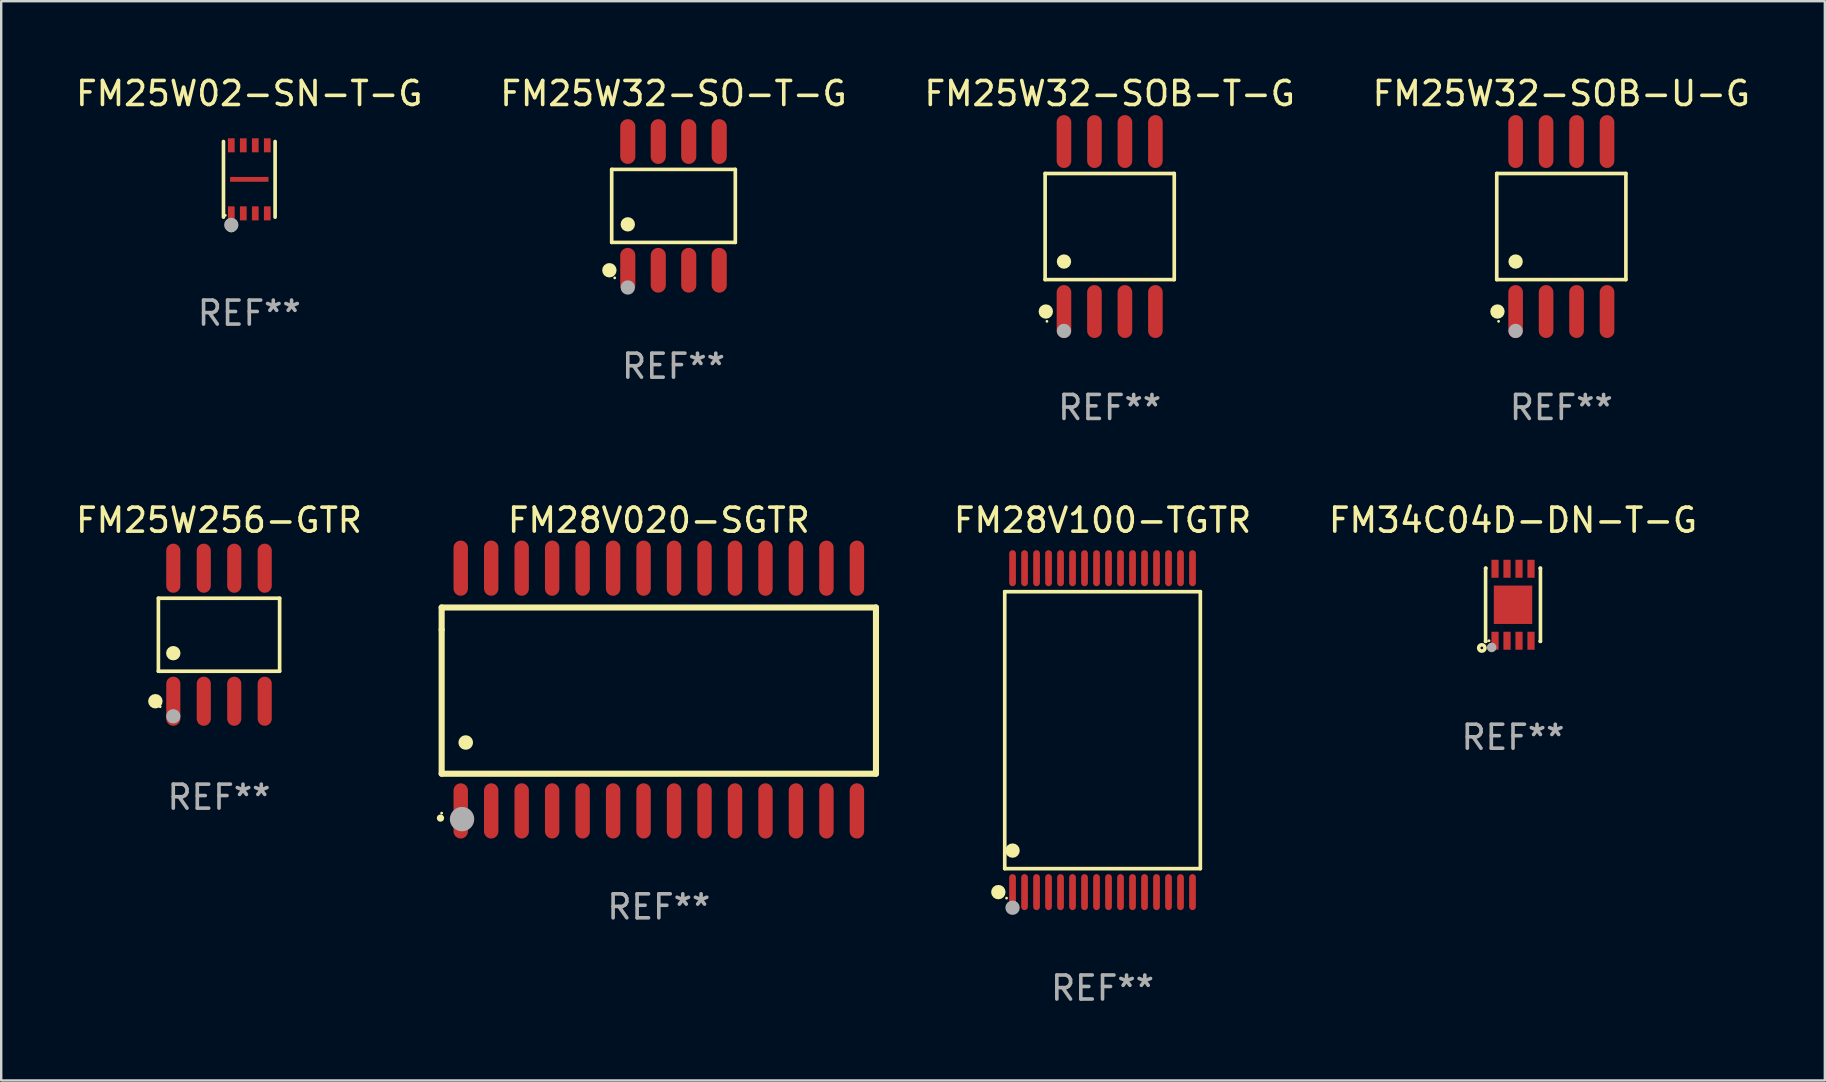
<source format=kicad_pcb>
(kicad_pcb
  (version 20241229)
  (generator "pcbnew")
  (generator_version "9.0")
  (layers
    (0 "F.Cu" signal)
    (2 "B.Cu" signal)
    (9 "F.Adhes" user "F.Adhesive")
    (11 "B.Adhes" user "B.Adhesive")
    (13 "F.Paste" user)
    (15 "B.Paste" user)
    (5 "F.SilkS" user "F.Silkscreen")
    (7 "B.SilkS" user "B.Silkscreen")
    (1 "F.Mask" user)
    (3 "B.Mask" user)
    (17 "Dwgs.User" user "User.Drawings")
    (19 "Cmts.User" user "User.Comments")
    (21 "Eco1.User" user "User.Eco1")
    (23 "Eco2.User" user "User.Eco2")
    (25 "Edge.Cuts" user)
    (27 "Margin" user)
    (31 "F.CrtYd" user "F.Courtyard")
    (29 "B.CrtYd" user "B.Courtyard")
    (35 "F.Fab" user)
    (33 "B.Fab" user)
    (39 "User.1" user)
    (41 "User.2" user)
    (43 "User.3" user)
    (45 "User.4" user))
  (footprint "FM28V020-SGTR"
    (layer "F.Cu")
    (at 24.406 25.687)
    (property "Reference" "FM28V020-SGTR" (at 0 -7.058 0) (layer "F.SilkS") (effects (font (size 1 1) (thickness 0.15))))
    (attr through_hole)
    (fp_line (start -9.05 -3.42) (end 9.05 -3.42) (stroke (width 0.254) (type solid)) (layer "F.SilkS"))
    (fp_line (start -9.05 -2.492) (end -9.05 -3.42) (stroke (width 0.254) (type solid)) (layer "F.SilkS"))
    (fp_line (start -9.05 3.508) (end -9.05 -2.492) (stroke (width 0.254) (type solid)) (layer "F.SilkS"))
    (fp_line (start 9.05 -3.42) (end 9.05 3.508) (stroke (width 0.254) (type solid)) (layer "F.SilkS"))
    (fp_line (start 9.05 3.508) (end -9.05 3.508) (stroke (width 0.254) (type solid)) (layer "F.SilkS"))
    (fp_arc (start -9.100838 5.35649) (mid -9.099568 5.356485) (end -9.098298 5.35649) (stroke (width 0.3) (type solid)) (layer "F.SilkS"))
    (fp_arc (start -8.049276 2.206883) (mid -8.046736 2.206872) (end -8.044196 2.206883) (stroke (width 0.6) (type solid)) (layer "F.SilkS"))
    (fp_circle (center -9.05 5.15) (end -9.02 5.15) (stroke (width 0.06) (type solid)) (fill no) (layer "F.SilkS"))
    (fp_circle (center -8.2 5.4) (end -7.946 5.4) (stroke (width 0.508) (type solid)) (fill no) (layer "F.Fab"))
    (fp_text user "REF**" (at 0 9.058 0) (layer "F.Fab") (effects (font (size 1 1) (thickness 0.15))))
    (pad "1" smd oval (at -8.255 5.058 180) (size 0.6 2.3) (layers "F.Cu" "F.Mask" "F.Paste"))
    (pad "2" smd oval (at -6.985 5.058 180) (size 0.6 2.3) (layers "F.Cu" "F.Mask" "F.Paste"))
    (pad "3" smd oval (at -5.715 5.058 180) (size 0.6 2.3) (layers "F.Cu" "F.Mask" "F.Paste"))
    (pad "4" smd oval (at -4.445 5.058 180) (size 0.6 2.3) (layers "F.Cu" "F.Mask" "F.Paste"))
    (pad "5" smd oval (at -3.175 5.058 180) (size 0.6 2.3) (layers "F.Cu" "F.Mask" "F.Paste"))
    (pad "6" smd oval (at -1.905 5.058 180) (size 0.6 2.3) (layers "F.Cu" "F.Mask" "F.Paste"))
    (pad "7" smd oval (at -0.635 5.058 180) (size 0.6 2.3) (layers "F.Cu" "F.Mask" "F.Paste"))
    (pad "8" smd oval (at 0.635 5.058 180) (size 0.6 2.3) (layers "F.Cu" "F.Mask" "F.Paste"))
    (pad "9" smd oval (at 1.905 5.058 180) (size 0.6 2.3) (layers "F.Cu" "F.Mask" "F.Paste"))
    (pad "10" smd oval (at 3.175 5.058 180) (size 0.6 2.3) (layers "F.Cu" "F.Mask" "F.Paste"))
    (pad "11" smd oval (at 4.445 5.058 180) (size 0.6 2.3) (layers "F.Cu" "F.Mask" "F.Paste"))
    (pad "12" smd oval (at 5.715 5.058 180) (size 0.6 2.3) (layers "F.Cu" "F.Mask" "F.Paste"))
    (pad "13" smd oval (at 6.985 5.058 180) (size 0.6 2.3) (layers "F.Cu" "F.Mask" "F.Paste"))
    (pad "14" smd oval (at 8.255 5.058 180) (size 0.6 2.3) (layers "F.Cu" "F.Mask" "F.Paste"))
    (pad "15" smd oval (at 8.255 -5.058 180) (size 0.6 2.3) (layers "F.Cu" "F.Mask" "F.Paste"))
    (pad "16" smd oval (at 6.985 -5.058 180) (size 0.6 2.3) (layers "F.Cu" "F.Mask" "F.Paste"))
    (pad "17" smd oval (at 5.715 -5.058 180) (size 0.6 2.3) (layers "F.Cu" "F.Mask" "F.Paste"))
    (pad "18" smd oval (at 4.445 -5.058 180) (size 0.6 2.3) (layers "F.Cu" "F.Mask" "F.Paste"))
    (pad "19" smd oval (at 3.175 -5.058 180) (size 0.6 2.3) (layers "F.Cu" "F.Mask" "F.Paste"))
    (pad "20" smd oval (at 1.905 -5.058 180) (size 0.6 2.3) (layers "F.Cu" "F.Mask" "F.Paste"))
    (pad "21" smd oval (at 0.635 -5.058 180) (size 0.6 2.3) (layers "F.Cu" "F.Mask" "F.Paste"))
    (pad "22" smd oval (at -0.635 -5.058 180) (size 0.6 2.3) (layers "F.Cu" "F.Mask" "F.Paste"))
    (pad "23" smd oval (at -1.905 -5.058 180) (size 0.6 2.3) (layers "F.Cu" "F.Mask" "F.Paste"))
    (pad "24" smd oval (at -3.175 -5.058 180) (size 0.6 2.3) (layers "F.Cu" "F.Mask" "F.Paste"))
    (pad "25" smd oval (at -4.445 -5.058 180) (size 0.6 2.3) (layers "F.Cu" "F.Mask" "F.Paste"))
    (pad "26" smd oval (at -5.715 -5.058 180) (size 0.6 2.3) (layers "F.Cu" "F.Mask" "F.Paste"))
    (pad "27" smd oval (at -6.985 -5.058 180) (size 0.6 2.3) (layers "F.Cu" "F.Mask" "F.Paste"))
    (pad "28" smd oval (at -8.255 -5.058 180) (size 0.6 2.3) (layers "F.Cu" "F.Mask" "F.Paste")))
  (footprint "FM25W32-SOB-U-G"
    (layer "F.Cu")
    (at 62.018 6.391)
    (property "Reference" "FM25W32-SOB-U-G" (at 0 -5.542 0) (layer "F.SilkS") (effects (font (size 1 1) (thickness 0.15))))
    (attr through_hole)
    (fp_line (start -2.691 -2.211) (end 2.691 -2.211) (stroke (width 0.152) (type solid)) (layer "F.SilkS"))
    (fp_line (start -2.691 2.211) (end -2.691 -2.211) (stroke (width 0.152) (type solid)) (layer "F.SilkS"))
    (fp_line (start 2.691 -2.211) (end 2.691 2.211) (stroke (width 0.152) (type solid)) (layer "F.SilkS"))
    (fp_line (start 2.691 2.211) (end -2.691 2.211) (stroke (width 0.152) (type solid)) (layer "F.SilkS"))
    (fp_circle (center -2.662 3.542) (end -2.512 3.542) (stroke (width 0.3) (type solid)) (fill no) (layer "F.SilkS"))
    (fp_circle (center -2.615 3.95) (end -2.585 3.95) (stroke (width 0.06) (type solid)) (fill no) (layer "F.SilkS"))
    (fp_circle (center -1.905 1.459) (end -1.755 1.459) (stroke (width 0.3) (type solid)) (fill no) (layer "F.SilkS"))
    (fp_circle (center -1.905 4.35) (end -1.755 4.35) (stroke (width 0.3) (type solid)) (fill no) (layer "F.Fab"))
    (fp_text user "REF**" (at 0 7.542 0) (layer "F.Fab") (effects (font (size 1 1) (thickness 0.15))))
    (pad "1" smd oval (at -1.905 3.542) (size 0.609 2.204) (layers "F.Cu" "F.Mask" "F.Paste"))
    (pad "2" smd oval (at -0.635 3.542) (size 0.609 2.204) (layers "F.Cu" "F.Mask" "F.Paste"))
    (pad "3" smd oval (at 0.635 3.542) (size 0.609 2.204) (layers "F.Cu" "F.Mask" "F.Paste"))
    (pad "4" smd oval (at 1.905 3.542) (size 0.609 2.204) (layers "F.Cu" "F.Mask" "F.Paste"))
    (pad "5" smd oval (at 1.905 -3.542) (size 0.609 2.204) (layers "F.Cu" "F.Mask" "F.Paste"))
    (pad "6" smd oval (at 0.635 -3.542) (size 0.609 2.204) (layers "F.Cu" "F.Mask" "F.Paste"))
    (pad "7" smd oval (at -0.635 -3.542) (size 0.609 2.204) (layers "F.Cu" "F.Mask" "F.Paste"))
    (pad "8" smd oval (at -1.905 -3.542) (size 0.609 2.204) (layers "F.Cu" "F.Mask" "F.Paste")))
  (footprint "FM34C04D-DN-T-G"
    (layer "F.Cu")
    (at 60.005 22.153)
    (property "Reference" "FM34C04D-DN-T-G" (at 0 -3.524 0) (layer "F.SilkS") (effects (font (size 1 1) (thickness 0.15))))
    (attr through_hole)
    (fp_line (start -1.143 -1.524) (end -1.143 1.524) (stroke (width 0.15) (type solid)) (layer "F.SilkS"))
    (fp_line (start -1.143 1.524) (end -1.129 1.524) (stroke (width 0.15) (type solid)) (layer "F.SilkS"))
    (fp_line (start -1.129 -1.524) (end -1.143 -1.524) (stroke (width 0.15) (type solid)) (layer "F.SilkS"))
    (fp_line (start 1.129 1.524) (end 1.143 1.524) (stroke (width 0.15) (type solid)) (layer "F.SilkS"))
    (fp_line (start 1.143 -1.524) (end 1.129 -1.524) (stroke (width 0.15) (type solid)) (layer "F.SilkS"))
    (fp_line (start 1.143 1.524) (end 1.143 -1.524) (stroke (width 0.15) (type solid)) (layer "F.SilkS"))
    (fp_circle (center -1.3 1.8) (end -1.243 1.8) (stroke (width 0.15) (type solid)) (fill no) (layer "F.SilkS"))
    (fp_circle (center -1 1.5) (end -0.97 1.5) (stroke (width 0.06) (type solid)) (fill no) (layer "F.SilkS"))
    (fp_circle (center -0.889 1.778) (end -0.789 1.778) (stroke (width 0.2) (type solid)) (fill no) (layer "F.Fab"))
    (fp_text user "REF**" (at 0 5.524 0) (layer "F.Fab") (effects (font (size 1 1) (thickness 0.15))))
    (pad "1" smd rect (at -0.75 1.5 90) (size 0.75 0.3) (layers "F.Cu" "F.Mask" "F.Paste"))
    (pad "2" smd rect (at -0.25 1.5 90) (size 0.75 0.3) (layers "F.Cu" "F.Mask" "F.Paste"))
    (pad "3" smd rect (at 0.25 1.5 90) (size 0.75 0.3) (layers "F.Cu" "F.Mask" "F.Paste"))
    (pad "4" smd rect (at 0.75 1.5 90) (size 0.75 0.3) (layers "F.Cu" "F.Mask" "F.Paste"))
    (pad "5" smd rect (at 0.75 -1.5 90) (size 0.75 0.3) (layers "F.Cu" "F.Mask" "F.Paste"))
    (pad "6" smd rect (at 0.25 -1.5 90) (size 0.75 0.3) (layers "F.Cu" "F.Mask" "F.Paste"))
    (pad "7" smd rect (at -0.25 -1.5 90) (size 0.75 0.3) (layers "F.Cu" "F.Mask" "F.Paste"))
    (pad "8" smd rect (at -0.75 -1.5 90) (size 0.75 0.3) (layers "F.Cu" "F.Mask" "F.Paste"))
    (pad "9" smd rect (at -0.000203 0.000457 90) (size 1.6 1.6) (layers "F.Cu" "F.Mask" "F.Paste")))
  (footprint "FM25W32-SO-T-G"
    (layer "F.Cu")
    (at 25.018 5.531)
    (property "Reference" "FM25W32-SO-T-G" (at 0 -4.682 0) (layer "F.SilkS") (effects (font (size 1 1) (thickness 0.15))))
    (attr through_hole)
    (fp_line (start -2.576 -1.521) (end 2.576 -1.521) (stroke (width 0.152) (type solid)) (layer "F.SilkS"))
    (fp_line (start -2.576 1.521) (end -2.576 -1.521) (stroke (width 0.152) (type solid)) (layer "F.SilkS"))
    (fp_line (start 2.576 -1.521) (end 2.576 1.521) (stroke (width 0.152) (type solid)) (layer "F.SilkS"))
    (fp_line (start 2.576 1.521) (end -2.576 1.521) (stroke (width 0.152) (type solid)) (layer "F.SilkS"))
    (fp_circle (center -2.672 2.682) (end -2.522 2.682) (stroke (width 0.3) (type solid)) (fill no) (layer "F.SilkS"))
    (fp_circle (center -2.45 3) (end -2.42 3) (stroke (width 0.06) (type solid)) (fill no) (layer "F.SilkS"))
    (fp_circle (center -1.905 0.769) (end -1.755 0.769) (stroke (width 0.3) (type solid)) (fill no) (layer "F.SilkS"))
    (fp_circle (center -1.905 3.4) (end -1.755 3.4) (stroke (width 0.3) (type solid)) (fill no) (layer "F.Fab"))
    (fp_text user "REF**" (at 0 6.682 0) (layer "F.Fab") (effects (font (size 1 1) (thickness 0.15))))
    (pad "1" smd oval (at -1.905 2.682) (size 0.63 1.865) (layers "F.Cu" "F.Mask" "F.Paste"))
    (pad "2" smd oval (at -0.635 2.682) (size 0.63 1.865) (layers "F.Cu" "F.Mask" "F.Paste"))
    (pad "3" smd oval (at 0.635 2.682) (size 0.63 1.865) (layers "F.Cu" "F.Mask" "F.Paste"))
    (pad "4" smd oval (at 1.905 2.682) (size 0.63 1.865) (layers "F.Cu" "F.Mask" "F.Paste"))
    (pad "5" smd oval (at 1.905 -2.682) (size 0.63 1.865) (layers "F.Cu" "F.Mask" "F.Paste"))
    (pad "6" smd oval (at 0.635 -2.682) (size 0.63 1.865) (layers "F.Cu" "F.Mask" "F.Paste"))
    (pad "7" smd oval (at -0.635 -2.682) (size 0.63 1.865) (layers "F.Cu" "F.Mask" "F.Paste"))
    (pad "8" smd oval (at -1.905 -2.682) (size 0.63 1.865) (layers "F.Cu" "F.Mask" "F.Paste")))
  (footprint "FM25W32-SOB-T-G"
    (layer "F.Cu")
    (at 43.196 6.391)
    (property "Reference" "FM25W32-SOB-T-G" (at 0 -5.542 0) (layer "F.SilkS") (effects (font (size 1 1) (thickness 0.15))))
    (attr through_hole)
    (fp_line (start -2.691 -2.211) (end 2.691 -2.211) (stroke (width 0.152) (type solid)) (layer "F.SilkS"))
    (fp_line (start -2.691 2.211) (end -2.691 -2.211) (stroke (width 0.152) (type solid)) (layer "F.SilkS"))
    (fp_line (start 2.691 -2.211) (end 2.691 2.211) (stroke (width 0.152) (type solid)) (layer "F.SilkS"))
    (fp_line (start 2.691 2.211) (end -2.691 2.211) (stroke (width 0.152) (type solid)) (layer "F.SilkS"))
    (fp_circle (center -2.662 3.542) (end -2.512 3.542) (stroke (width 0.3) (type solid)) (fill no) (layer "F.SilkS"))
    (fp_circle (center -2.615 3.95) (end -2.585 3.95) (stroke (width 0.06) (type solid)) (fill no) (layer "F.SilkS"))
    (fp_circle (center -1.905 1.459) (end -1.755 1.459) (stroke (width 0.3) (type solid)) (fill no) (layer "F.SilkS"))
    (fp_circle (center -1.905 4.35) (end -1.755 4.35) (stroke (width 0.3) (type solid)) (fill no) (layer "F.Fab"))
    (fp_text user "REF**" (at 0 7.542 0) (layer "F.Fab") (effects (font (size 1 1) (thickness 0.15))))
    (pad "1" smd oval (at -1.905 3.542) (size 0.609 2.204) (layers "F.Cu" "F.Mask" "F.Paste"))
    (pad "2" smd oval (at -0.635 3.542) (size 0.609 2.204) (layers "F.Cu" "F.Mask" "F.Paste"))
    (pad "3" smd oval (at 0.635 3.542) (size 0.609 2.204) (layers "F.Cu" "F.Mask" "F.Paste"))
    (pad "4" smd oval (at 1.905 3.542) (size 0.609 2.204) (layers "F.Cu" "F.Mask" "F.Paste"))
    (pad "5" smd oval (at 1.905 -3.542) (size 0.609 2.204) (layers "F.Cu" "F.Mask" "F.Paste"))
    (pad "6" smd oval (at 0.635 -3.542) (size 0.609 2.204) (layers "F.Cu" "F.Mask" "F.Paste"))
    (pad "7" smd oval (at -0.635 -3.542) (size 0.609 2.204) (layers "F.Cu" "F.Mask" "F.Paste"))
    (pad "8" smd oval (at -1.905 -3.542) (size 0.609 2.204) (layers "F.Cu" "F.Mask" "F.Paste")))
  (footprint "FM25W02-SN-T-G"
    (layer "F.Cu")
    (at 7.339 4.424)
    (property "Reference" "FM25W02-SN-T-G" (at 0 -3.576 0) (layer "F.SilkS") (effects (font (size 1 1) (thickness 0.15))))
    (attr through_hole)
    (fp_line (start -1.076 1.576) (end -1.076 -1.576) (stroke (width 0.152) (type solid)) (layer "F.SilkS"))
    (fp_line (start 1.076 -1.576) (end 1.076 1.576) (stroke (width 0.152) (type solid)) (layer "F.SilkS"))
    (fp_circle (center -1 1.5) (end -0.97 1.5) (stroke (width 0.06) (type solid)) (fill no) (layer "F.SilkS"))
    (fp_circle (center -0.75 2.01) (end -0.65 2.01) (stroke (width 0.2) (type solid)) (fill no) (layer "F.SilkS"))
    (fp_circle (center -0.75 1.9) (end -0.6 1.9) (stroke (width 0.3) (type solid)) (fill no) (layer "F.Fab"))
    (fp_text user "REF**" (at 0 5.576 0) (layer "F.Fab") (effects (font (size 1 1) (thickness 0.15))))
    (pad "1" smd rect (at -0.75 1.418) (size 0.28 0.585) (layers "F.Cu" "F.Mask" "F.Paste"))
    (pad "2" smd rect (at -0.25 1.418) (size 0.28 0.585) (layers "F.Cu" "F.Mask" "F.Paste"))
    (pad "3" smd rect (at 0.25 1.418) (size 0.28 0.585) (layers "F.Cu" "F.Mask" "F.Paste"))
    (pad "4" smd rect (at 0.75 1.418) (size 0.28 0.585) (layers "F.Cu" "F.Mask" "F.Paste"))
    (pad "5" smd rect (at 0.75 -1.418) (size 0.28 0.585) (layers "F.Cu" "F.Mask" "F.Paste"))
    (pad "6" smd rect (at 0.25 -1.418) (size 0.28 0.585) (layers "F.Cu" "F.Mask" "F.Paste"))
    (pad "7" smd rect (at -0.25 -1.418) (size 0.28 0.585) (layers "F.Cu" "F.Mask" "F.Paste"))
    (pad "8" smd rect (at -0.75 -1.418) (size 0.28 0.585) (layers "F.Cu" "F.Mask" "F.Paste"))
    (pad "9" smd rect (at 0 0) (size 1.6 0.2) (layers "F.Cu" "F.Mask" "F.Paste")))
  (footprint "FM28V100-TGTR"
    (layer "F.Cu")
    (at 42.898 27.379)
    (property "Reference" "FM28V100-TGTR" (at 0 -8.75 0) (layer "F.SilkS") (effects (font (size 1 1) (thickness 0.15))))
    (attr through_hole)
    (fp_line (start -4.076 -5.771) (end 4.076 -5.771) (stroke (width 0.152) (type solid)) (layer "F.SilkS"))
    (fp_line (start -4.076 5.771) (end -4.076 -5.771) (stroke (width 0.152) (type solid)) (layer "F.SilkS"))
    (fp_line (start 4.076 -5.771) (end 4.076 5.771) (stroke (width 0.152) (type solid)) (layer "F.SilkS"))
    (fp_line (start 4.076 5.771) (end -4.076 5.771) (stroke (width 0.152) (type solid)) (layer "F.SilkS"))
    (fp_circle (center -4.342 6.75) (end -4.192 6.75) (stroke (width 0.3) (type solid)) (fill no) (layer "F.SilkS"))
    (fp_circle (center -4 7) (end -3.97 7) (stroke (width 0.06) (type solid)) (fill no) (layer "F.SilkS"))
    (fp_circle (center -3.75 5.019) (end -3.6 5.019) (stroke (width 0.3) (type solid)) (fill no) (layer "F.SilkS"))
    (fp_circle (center -3.75 7.4) (end -3.6 7.4) (stroke (width 0.3) (type solid)) (fill no) (layer "F.Fab"))
    (fp_text user "REF**" (at 0 10.75 0) (layer "F.Fab") (effects (font (size 1 1) (thickness 0.15))))
    (pad "1" smd oval (at -3.75 6.75) (size 0.28 1.5) (layers "F.Cu" "F.Mask" "F.Paste"))
    (pad "2" smd oval (at -3.25 6.75) (size 0.28 1.5) (layers "F.Cu" "F.Mask" "F.Paste"))
    (pad "3" smd oval (at -2.75 6.75) (size 0.28 1.5) (layers "F.Cu" "F.Mask" "F.Paste"))
    (pad "4" smd oval (at -2.25 6.75) (size 0.28 1.5) (layers "F.Cu" "F.Mask" "F.Paste"))
    (pad "5" smd oval (at -1.75 6.75) (size 0.28 1.5) (layers "F.Cu" "F.Mask" "F.Paste"))
    (pad "6" smd oval (at -1.25 6.75) (size 0.28 1.5) (layers "F.Cu" "F.Mask" "F.Paste"))
    (pad "7" smd oval (at -0.75 6.75) (size 0.28 1.5) (layers "F.Cu" "F.Mask" "F.Paste"))
    (pad "8" smd oval (at -0.25 6.75) (size 0.28 1.5) (layers "F.Cu" "F.Mask" "F.Paste"))
    (pad "9" smd oval (at 0.25 6.75) (size 0.28 1.5) (layers "F.Cu" "F.Mask" "F.Paste"))
    (pad "10" smd oval (at 0.75 6.75) (size 0.28 1.5) (layers "F.Cu" "F.Mask" "F.Paste"))
    (pad "11" smd oval (at 1.25 6.75) (size 0.28 1.5) (layers "F.Cu" "F.Mask" "F.Paste"))
    (pad "12" smd oval (at 1.75 6.75) (size 0.28 1.5) (layers "F.Cu" "F.Mask" "F.Paste"))
    (pad "13" smd oval (at 2.25 6.75) (size 0.28 1.5) (layers "F.Cu" "F.Mask" "F.Paste"))
    (pad "14" smd oval (at 2.75 6.75) (size 0.28 1.5) (layers "F.Cu" "F.Mask" "F.Paste"))
    (pad "15" smd oval (at 3.25 6.75) (size 0.28 1.5) (layers "F.Cu" "F.Mask" "F.Paste"))
    (pad "16" smd oval (at 3.75 6.75) (size 0.28 1.5) (layers "F.Cu" "F.Mask" "F.Paste"))
    (pad "17" smd oval (at 3.75 -6.75) (size 0.28 1.5) (layers "F.Cu" "F.Mask" "F.Paste"))
    (pad "18" smd oval (at 3.25 -6.75) (size 0.28 1.5) (layers "F.Cu" "F.Mask" "F.Paste"))
    (pad "19" smd oval (at 2.75 -6.75) (size 0.28 1.5) (layers "F.Cu" "F.Mask" "F.Paste"))
    (pad "20" smd oval (at 2.25 -6.75) (size 0.28 1.5) (layers "F.Cu" "F.Mask" "F.Paste"))
    (pad "21" smd oval (at 1.75 -6.75) (size 0.28 1.5) (layers "F.Cu" "F.Mask" "F.Paste"))
    (pad "22" smd oval (at 1.25 -6.75) (size 0.28 1.5) (layers "F.Cu" "F.Mask" "F.Paste"))
    (pad "23" smd oval (at 0.75 -6.75) (size 0.28 1.5) (layers "F.Cu" "F.Mask" "F.Paste"))
    (pad "24" smd oval (at 0.25 -6.75) (size 0.28 1.5) (layers "F.Cu" "F.Mask" "F.Paste"))
    (pad "25" smd oval (at -0.25 -6.75) (size 0.28 1.5) (layers "F.Cu" "F.Mask" "F.Paste"))
    (pad "26" smd oval (at -0.75 -6.75) (size 0.28 1.5) (layers "F.Cu" "F.Mask" "F.Paste"))
    (pad "27" smd oval (at -1.25 -6.75) (size 0.28 1.5) (layers "F.Cu" "F.Mask" "F.Paste"))
    (pad "28" smd oval (at -1.75 -6.75) (size 0.28 1.5) (layers "F.Cu" "F.Mask" "F.Paste"))
    (pad "29" smd oval (at -2.25 -6.75) (size 0.28 1.5) (layers "F.Cu" "F.Mask" "F.Paste"))
    (pad "30" smd oval (at -2.75 -6.75) (size 0.28 1.5) (layers "F.Cu" "F.Mask" "F.Paste"))
    (pad "31" smd oval (at -3.25 -6.75) (size 0.28 1.5) (layers "F.Cu" "F.Mask" "F.Paste"))
    (pad "32" smd oval (at -3.75 -6.75) (size 0.28 1.5) (layers "F.Cu" "F.Mask" "F.Paste")))
  (footprint "FM25W256-GTR"
    (layer "F.Cu")
    (at 6.077 23.402)
    (property "Reference" "FM25W256-GTR" (at 0 -4.772 0) (layer "F.SilkS") (effects (font (size 1 1) (thickness 0.15))))
    (attr through_hole)
    (fp_line (start -2.526 -1.521) (end 2.526 -1.521) (stroke (width 0.152) (type solid)) (layer "F.SilkS"))
    (fp_line (start -2.526 1.521) (end -2.526 -1.521) (stroke (width 0.152) (type solid)) (layer "F.SilkS"))
    (fp_line (start 2.526 -1.521) (end 2.526 1.521) (stroke (width 0.152) (type solid)) (layer "F.SilkS"))
    (fp_line (start 2.526 1.521) (end -2.526 1.521) (stroke (width 0.152) (type solid)) (layer "F.SilkS"))
    (fp_circle (center -2.652 2.772) (end -2.501 2.772) (stroke (width 0.3) (type solid)) (fill no) (layer "F.SilkS"))
    (fp_circle (center -2.45 3) (end -2.42 3) (stroke (width 0.06) (type solid)) (fill no) (layer "F.SilkS"))
    (fp_circle (center -1.905 0.769) (end -1.755 0.769) (stroke (width 0.3) (type solid)) (fill no) (layer "F.SilkS"))
    (fp_circle (center -1.905 3.4) (end -1.755 3.4) (stroke (width 0.3) (type solid)) (fill no) (layer "F.Fab"))
    (fp_text user "REF**" (at 0 6.772 0) (layer "F.Fab") (effects (font (size 1 1) (thickness 0.15))))
    (pad "1" smd oval (at -1.905 2.772) (size 0.588 2.045) (layers "F.Cu" "F.Mask" "F.Paste"))
    (pad "2" smd oval (at -0.635 2.772) (size 0.588 2.045) (layers "F.Cu" "F.Mask" "F.Paste"))
    (pad "3" smd oval (at 0.635 2.772) (size 0.588 2.045) (layers "F.Cu" "F.Mask" "F.Paste"))
    (pad "4" smd oval (at 1.905 2.772) (size 0.588 2.045) (layers "F.Cu" "F.Mask" "F.Paste"))
    (pad "5" smd oval (at 1.905 -2.772) (size 0.588 2.045) (layers "F.Cu" "F.Mask" "F.Paste"))
    (pad "6" smd oval (at 0.635 -2.772) (size 0.588 2.045) (layers "F.Cu" "F.Mask" "F.Paste"))
    (pad "7" smd oval (at -0.635 -2.772) (size 0.588 2.045) (layers "F.Cu" "F.Mask" "F.Paste"))
    (pad "8" smd oval (at -1.905 -2.772) (size 0.588 2.045) (layers "F.Cu" "F.Mask" "F.Paste")))
  (gr_rect
    (start -3 -3)
    (end 73 41.978)
    (stroke (width 0.1) (type default))
    (fill no)
    (layer "Edge.Cuts")))
</source>
